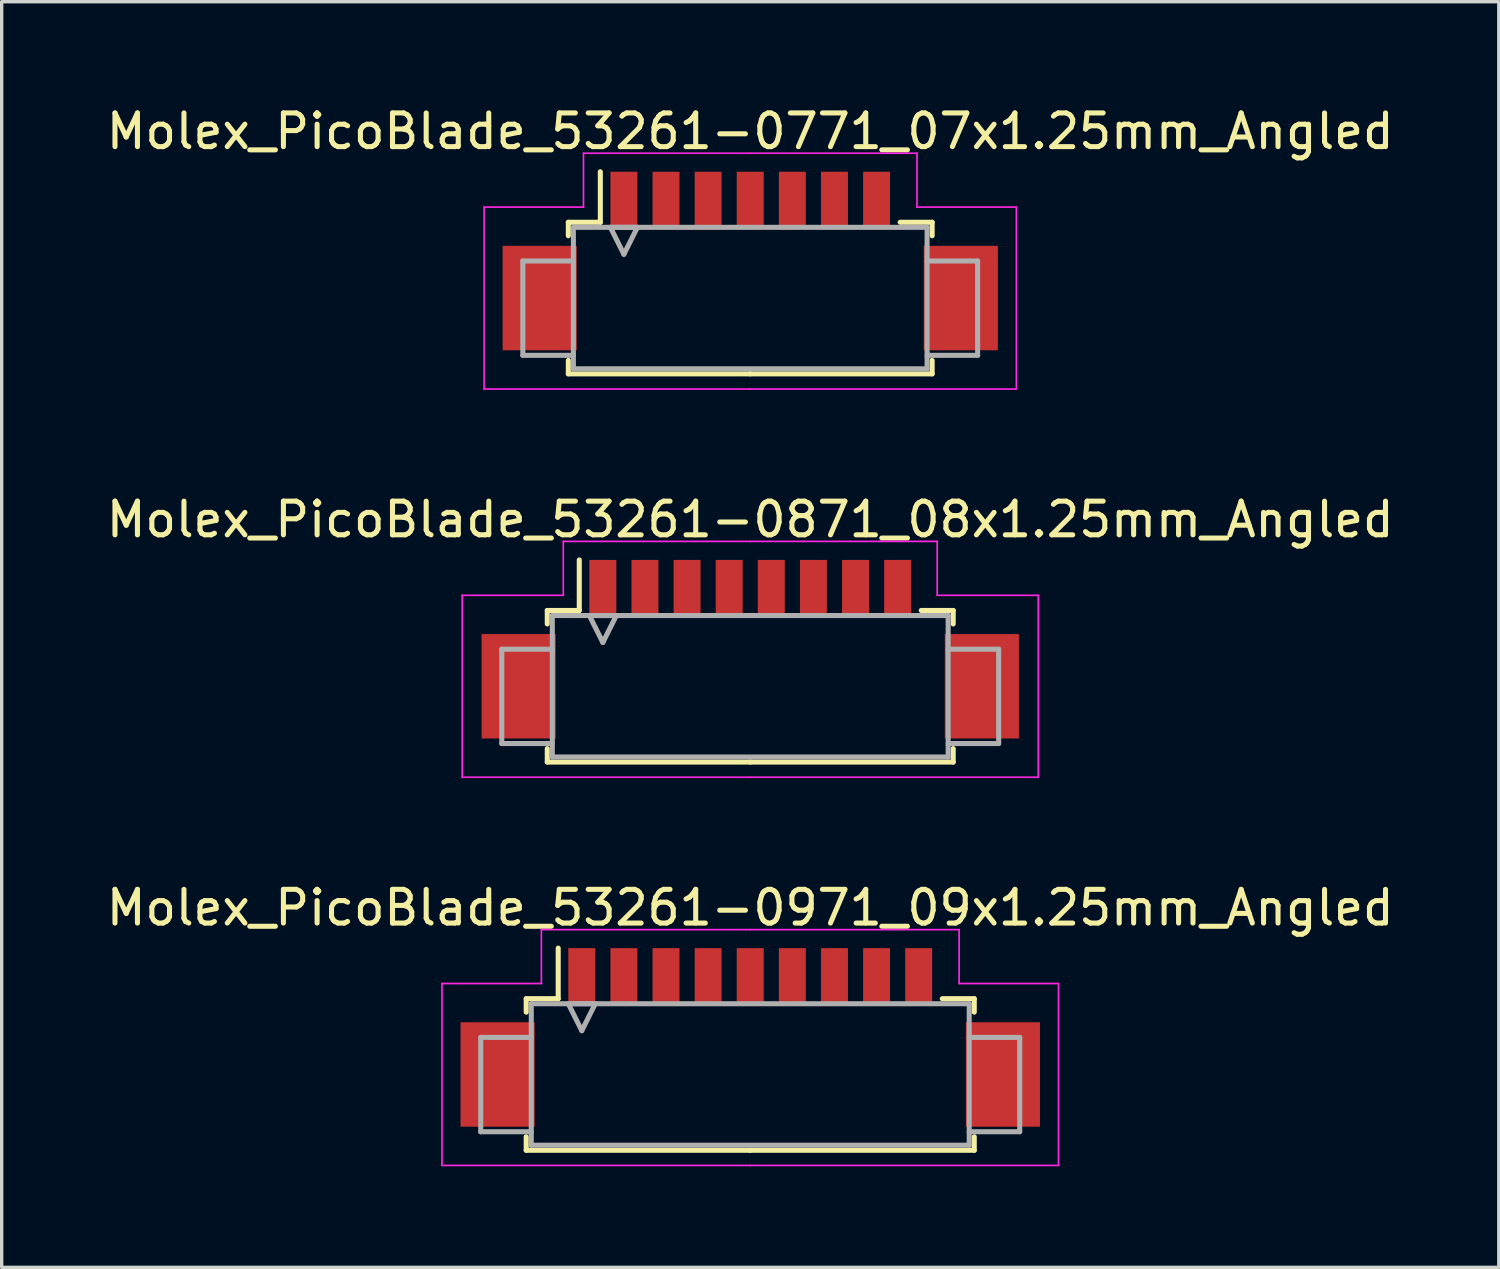
<source format=kicad_pcb>
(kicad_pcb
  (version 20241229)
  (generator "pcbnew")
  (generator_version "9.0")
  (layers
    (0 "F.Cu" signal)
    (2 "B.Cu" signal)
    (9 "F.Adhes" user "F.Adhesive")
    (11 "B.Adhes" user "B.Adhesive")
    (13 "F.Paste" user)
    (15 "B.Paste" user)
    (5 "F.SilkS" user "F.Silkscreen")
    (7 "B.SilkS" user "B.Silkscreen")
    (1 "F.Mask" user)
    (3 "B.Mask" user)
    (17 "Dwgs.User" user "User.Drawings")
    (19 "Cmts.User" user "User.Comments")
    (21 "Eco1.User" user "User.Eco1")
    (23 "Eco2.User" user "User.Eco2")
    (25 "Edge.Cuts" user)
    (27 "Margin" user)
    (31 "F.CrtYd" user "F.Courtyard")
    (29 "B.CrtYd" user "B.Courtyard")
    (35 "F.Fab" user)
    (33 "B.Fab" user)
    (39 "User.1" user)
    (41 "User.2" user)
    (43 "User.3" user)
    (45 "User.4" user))
  (footprint "Molex_PicoBlade_53261-0871_08x1.25mm_Angled"
    (layer "F.Cu")
    (at 19.22 15.871)
    (property "Reference" "Molex_PicoBlade_53261-0871_08x1.25mm_Angled" (at 0 -3.5 0) (layer "F.SilkS") (effects (font (size 1 1) (thickness 0.15))))
    (attr smd)
    (fp_line (start -6.025 -0.8) (end -6.025 -0.4) (stroke (width 0.15) (type solid)) (layer "F.SilkS"))
    (fp_line (start -6.025 3.3) (end -6.025 3.7) (stroke (width 0.15) (type solid)) (layer "F.SilkS"))
    (fp_line (start -6.025 3.7) (end 0 3.7) (stroke (width 0.15) (type solid)) (layer "F.SilkS"))
    (fp_line (start -5.075 -0.8) (end -6.025 -0.8) (stroke (width 0.15) (type solid)) (layer "F.SilkS"))
    (fp_line (start -5.075 -0.8) (end -5.075 -2.3) (stroke (width 0.15) (type solid)) (layer "F.SilkS"))
    (fp_line (start 5.075 -0.8) (end 6.025 -0.8) (stroke (width 0.15) (type solid)) (layer "F.SilkS"))
    (fp_line (start 6.025 -0.8) (end 6.025 -0.4) (stroke (width 0.15) (type solid)) (layer "F.SilkS"))
    (fp_line (start 6.025 3.3) (end 6.025 3.7) (stroke (width 0.15) (type solid)) (layer "F.SilkS"))
    (fp_line (start 6.025 3.7) (end 0 3.7) (stroke (width 0.15) (type solid)) (layer "F.SilkS"))
    (fp_line (start -8.55 -1.25) (end -8.55 4.15) (stroke (width 0.05) (type solid)) (layer "F.CrtYd"))
    (fp_line (start -8.55 4.15) (end 0 4.15) (stroke (width 0.05) (type solid)) (layer "F.CrtYd"))
    (fp_line (start -5.55 -2.85) (end -5.55 -1.25) (stroke (width 0.05) (type solid)) (layer "F.CrtYd"))
    (fp_line (start -5.55 -1.25) (end -8.55 -1.25) (stroke (width 0.05) (type solid)) (layer "F.CrtYd"))
    (fp_line (start 0 -2.85) (end -5.55 -2.85) (stroke (width 0.05) (type solid)) (layer "F.CrtYd"))
    (fp_line (start 0 -2.85) (end 5.55 -2.85) (stroke (width 0.05) (type solid)) (layer "F.CrtYd"))
    (fp_line (start 5.55 -2.85) (end 5.55 -1.25) (stroke (width 0.05) (type solid)) (layer "F.CrtYd"))
    (fp_line (start 5.55 -1.25) (end 8.55 -1.25) (stroke (width 0.05) (type solid)) (layer "F.CrtYd"))
    (fp_line (start 8.55 -1.25) (end 8.55 4.15) (stroke (width 0.05) (type solid)) (layer "F.CrtYd"))
    (fp_line (start 8.55 4.15) (end 0 4.15) (stroke (width 0.05) (type solid)) (layer "F.CrtYd"))
    (fp_line (start -7.375 0.35) (end -7.375 3.15) (stroke (width 0.15) (type solid)) (layer "F.Fab"))
    (fp_line (start -7.375 3.15) (end -5.875 3.15) (stroke (width 0.15) (type solid)) (layer "F.Fab"))
    (fp_line (start -5.875 -0.65) (end 5.875 -0.65) (stroke (width 0.15) (type solid)) (layer "F.Fab"))
    (fp_line (start -5.875 0.35) (end -7.375 0.35) (stroke (width 0.15) (type solid)) (layer "F.Fab"))
    (fp_line (start -5.875 3.55) (end -5.875 -0.65) (stroke (width 0.15) (type solid)) (layer "F.Fab"))
    (fp_line (start -4.775 -0.65) (end -4.375 0.15) (stroke (width 0.15) (type solid)) (layer "F.Fab"))
    (fp_line (start -4.375 0.15) (end -3.975 -0.65) (stroke (width 0.15) (type solid)) (layer "F.Fab"))
    (fp_line (start -3.975 -0.65) (end -4.775 -0.65) (stroke (width 0.15) (type solid)) (layer "F.Fab"))
    (fp_line (start 5.875 -0.65) (end 5.875 3.55) (stroke (width 0.15) (type solid)) (layer "F.Fab"))
    (fp_line (start 5.875 0.35) (end 7.375 0.35) (stroke (width 0.15) (type solid)) (layer "F.Fab"))
    (fp_line (start 5.875 3.55) (end -5.875 3.55) (stroke (width 0.15) (type solid)) (layer "F.Fab"))
    (fp_line (start 7.375 0.35) (end 7.375 3.15) (stroke (width 0.15) (type solid)) (layer "F.Fab"))
    (fp_line (start 7.375 3.15) (end 5.875 3.15) (stroke (width 0.15) (type solid)) (layer "F.Fab"))
    (pad "" smd rect (at -6.875 1.45) (size 2.2 3.1) (layers "F.Cu" "F.Mask" "F.Paste"))
    (pad "" smd rect (at 6.875 1.45) (size 2.2 3.1) (layers "F.Cu" "F.Mask" "F.Paste"))
    (pad "1" smd rect (at -4.375 -1.45) (size 0.8 1.7) (layers "F.Cu" "F.Mask" "F.Paste"))
    (pad "2" smd rect (at -3.125 -1.45) (size 0.8 1.7) (layers "F.Cu" "F.Mask" "F.Paste"))
    (pad "3" smd rect (at -1.875 -1.45) (size 0.8 1.7) (layers "F.Cu" "F.Mask" "F.Paste"))
    (pad "4" smd rect (at -0.625 -1.45) (size 0.8 1.7) (layers "F.Cu" "F.Mask" "F.Paste"))
    (pad "5" smd rect (at 0.625 -1.45) (size 0.8 1.7) (layers "F.Cu" "F.Mask" "F.Paste"))
    (pad "6" smd rect (at 1.875 -1.45) (size 0.8 1.7) (layers "F.Cu" "F.Mask" "F.Paste"))
    (pad "7" smd rect (at 3.125 -1.45) (size 0.8 1.7) (layers "F.Cu" "F.Mask" "F.Paste"))
    (pad "8" smd rect (at 4.375 -1.45) (size 0.8 1.7) (layers "F.Cu" "F.Mask" "F.Paste")))
  (footprint "Molex_PicoBlade_53261-0971_09x1.25mm_Angled"
    (layer "F.Cu")
    (at 19.22 27.395)
    (property "Reference" "Molex_PicoBlade_53261-0971_09x1.25mm_Angled" (at 0 -3.5 0) (layer "F.SilkS") (effects (font (size 1 1) (thickness 0.15))))
    (attr smd)
    (fp_line (start -6.65 -0.8) (end -6.65 -0.4) (stroke (width 0.15) (type solid)) (layer "F.SilkS"))
    (fp_line (start -6.65 3.3) (end -6.65 3.7) (stroke (width 0.15) (type solid)) (layer "F.SilkS"))
    (fp_line (start -6.65 3.7) (end 0 3.7) (stroke (width 0.15) (type solid)) (layer "F.SilkS"))
    (fp_line (start -5.7 -0.8) (end -6.65 -0.8) (stroke (width 0.15) (type solid)) (layer "F.SilkS"))
    (fp_line (start -5.7 -0.8) (end -5.7 -2.3) (stroke (width 0.15) (type solid)) (layer "F.SilkS"))
    (fp_line (start 5.7 -0.8) (end 6.65 -0.8) (stroke (width 0.15) (type solid)) (layer "F.SilkS"))
    (fp_line (start 6.65 -0.8) (end 6.65 -0.4) (stroke (width 0.15) (type solid)) (layer "F.SilkS"))
    (fp_line (start 6.65 3.3) (end 6.65 3.7) (stroke (width 0.15) (type solid)) (layer "F.SilkS"))
    (fp_line (start 6.65 3.7) (end 0 3.7) (stroke (width 0.15) (type solid)) (layer "F.SilkS"))
    (fp_line (start -9.15 -1.25) (end -9.15 4.15) (stroke (width 0.05) (type solid)) (layer "F.CrtYd"))
    (fp_line (start -9.15 4.15) (end 0 4.15) (stroke (width 0.05) (type solid)) (layer "F.CrtYd"))
    (fp_line (start -6.2 -2.85) (end -6.2 -1.25) (stroke (width 0.05) (type solid)) (layer "F.CrtYd"))
    (fp_line (start -6.2 -1.25) (end -9.15 -1.25) (stroke (width 0.05) (type solid)) (layer "F.CrtYd"))
    (fp_line (start 0 -2.85) (end -6.2 -2.85) (stroke (width 0.05) (type solid)) (layer "F.CrtYd"))
    (fp_line (start 0 -2.85) (end 6.2 -2.85) (stroke (width 0.05) (type solid)) (layer "F.CrtYd"))
    (fp_line (start 6.2 -2.85) (end 6.2 -1.25) (stroke (width 0.05) (type solid)) (layer "F.CrtYd"))
    (fp_line (start 6.2 -1.25) (end 9.15 -1.25) (stroke (width 0.05) (type solid)) (layer "F.CrtYd"))
    (fp_line (start 9.15 -1.25) (end 9.15 4.15) (stroke (width 0.05) (type solid)) (layer "F.CrtYd"))
    (fp_line (start 9.15 4.15) (end 0 4.15) (stroke (width 0.05) (type solid)) (layer "F.CrtYd"))
    (fp_line (start -8 0.35) (end -8 3.15) (stroke (width 0.15) (type solid)) (layer "F.Fab"))
    (fp_line (start -8 3.15) (end -6.5 3.15) (stroke (width 0.15) (type solid)) (layer "F.Fab"))
    (fp_line (start -6.5 -0.65) (end 6.5 -0.65) (stroke (width 0.15) (type solid)) (layer "F.Fab"))
    (fp_line (start -6.5 0.35) (end -8 0.35) (stroke (width 0.15) (type solid)) (layer "F.Fab"))
    (fp_line (start -6.5 3.55) (end -6.5 -0.65) (stroke (width 0.15) (type solid)) (layer "F.Fab"))
    (fp_line (start -5.4 -0.65) (end -5 0.15) (stroke (width 0.15) (type solid)) (layer "F.Fab"))
    (fp_line (start -5 0.15) (end -4.6 -0.65) (stroke (width 0.15) (type solid)) (layer "F.Fab"))
    (fp_line (start -4.6 -0.65) (end -5.4 -0.65) (stroke (width 0.15) (type solid)) (layer "F.Fab"))
    (fp_line (start 6.5 -0.65) (end 6.5 3.55) (stroke (width 0.15) (type solid)) (layer "F.Fab"))
    (fp_line (start 6.5 0.35) (end 8 0.35) (stroke (width 0.15) (type solid)) (layer "F.Fab"))
    (fp_line (start 6.5 3.55) (end -6.5 3.55) (stroke (width 0.15) (type solid)) (layer "F.Fab"))
    (fp_line (start 8 0.35) (end 8 3.15) (stroke (width 0.15) (type solid)) (layer "F.Fab"))
    (fp_line (start 8 3.15) (end 6.5 3.15) (stroke (width 0.15) (type solid)) (layer "F.Fab"))
    (pad "" smd rect (at -7.5 1.45) (size 2.2 3.1) (layers "F.Cu" "F.Mask" "F.Paste"))
    (pad "" smd rect (at 7.5 1.45) (size 2.2 3.1) (layers "F.Cu" "F.Mask" "F.Paste"))
    (pad "1" smd rect (at -5 -1.45) (size 0.8 1.7) (layers "F.Cu" "F.Mask" "F.Paste"))
    (pad "2" smd rect (at -3.75 -1.45) (size 0.8 1.7) (layers "F.Cu" "F.Mask" "F.Paste"))
    (pad "3" smd rect (at -2.5 -1.45) (size 0.8 1.7) (layers "F.Cu" "F.Mask" "F.Paste"))
    (pad "4" smd rect (at -1.25 -1.45) (size 0.8 1.7) (layers "F.Cu" "F.Mask" "F.Paste"))
    (pad "5" smd rect (at 0 -1.45) (size 0.8 1.7) (layers "F.Cu" "F.Mask" "F.Paste"))
    (pad "6" smd rect (at 1.25 -1.45) (size 0.8 1.7) (layers "F.Cu" "F.Mask" "F.Paste"))
    (pad "7" smd rect (at 2.5 -1.45) (size 0.8 1.7) (layers "F.Cu" "F.Mask" "F.Paste"))
    (pad "8" smd rect (at 3.75 -1.45) (size 0.8 1.7) (layers "F.Cu" "F.Mask" "F.Paste"))
    (pad "9" smd rect (at 5 -1.45) (size 0.8 1.7) (layers "F.Cu" "F.Mask" "F.Paste")))
  (footprint "Molex_PicoBlade_53261-0771_07x1.25mm_Angled"
    (layer "F.Cu")
    (at 19.22 4.348)
    (property "Reference" "Molex_PicoBlade_53261-0771_07x1.25mm_Angled" (at 0 -3.5 0) (layer "F.SilkS") (effects (font (size 1 1) (thickness 0.15))))
    (attr smd)
    (fp_line (start -5.4 -0.8) (end -5.4 -0.4) (stroke (width 0.15) (type solid)) (layer "F.SilkS"))
    (fp_line (start -5.4 3.3) (end -5.4 3.7) (stroke (width 0.15) (type solid)) (layer "F.SilkS"))
    (fp_line (start -5.4 3.7) (end 0 3.7) (stroke (width 0.15) (type solid)) (layer "F.SilkS"))
    (fp_line (start -4.45 -0.8) (end -5.4 -0.8) (stroke (width 0.15) (type solid)) (layer "F.SilkS"))
    (fp_line (start -4.45 -0.8) (end -4.45 -2.3) (stroke (width 0.15) (type solid)) (layer "F.SilkS"))
    (fp_line (start 4.45 -0.8) (end 5.4 -0.8) (stroke (width 0.15) (type solid)) (layer "F.SilkS"))
    (fp_line (start 5.4 -0.8) (end 5.4 -0.4) (stroke (width 0.15) (type solid)) (layer "F.SilkS"))
    (fp_line (start 5.4 3.3) (end 5.4 3.7) (stroke (width 0.15) (type solid)) (layer "F.SilkS"))
    (fp_line (start 5.4 3.7) (end 0 3.7) (stroke (width 0.15) (type solid)) (layer "F.SilkS"))
    (fp_line (start -7.9 -1.25) (end -7.9 4.15) (stroke (width 0.05) (type solid)) (layer "F.CrtYd"))
    (fp_line (start -7.9 4.15) (end 0 4.15) (stroke (width 0.05) (type solid)) (layer "F.CrtYd"))
    (fp_line (start -4.95 -2.85) (end -4.95 -1.25) (stroke (width 0.05) (type solid)) (layer "F.CrtYd"))
    (fp_line (start -4.95 -1.25) (end -7.9 -1.25) (stroke (width 0.05) (type solid)) (layer "F.CrtYd"))
    (fp_line (start 0 -2.85) (end -4.95 -2.85) (stroke (width 0.05) (type solid)) (layer "F.CrtYd"))
    (fp_line (start 0 -2.85) (end 4.95 -2.85) (stroke (width 0.05) (type solid)) (layer "F.CrtYd"))
    (fp_line (start 4.95 -2.85) (end 4.95 -1.25) (stroke (width 0.05) (type solid)) (layer "F.CrtYd"))
    (fp_line (start 4.95 -1.25) (end 7.9 -1.25) (stroke (width 0.05) (type solid)) (layer "F.CrtYd"))
    (fp_line (start 7.9 -1.25) (end 7.9 4.15) (stroke (width 0.05) (type solid)) (layer "F.CrtYd"))
    (fp_line (start 7.9 4.15) (end 0 4.15) (stroke (width 0.05) (type solid)) (layer "F.CrtYd"))
    (fp_line (start -6.75 0.35) (end -6.75 3.15) (stroke (width 0.15) (type solid)) (layer "F.Fab"))
    (fp_line (start -6.75 3.15) (end -5.25 3.15) (stroke (width 0.15) (type solid)) (layer "F.Fab"))
    (fp_line (start -5.25 -0.65) (end 5.25 -0.65) (stroke (width 0.15) (type solid)) (layer "F.Fab"))
    (fp_line (start -5.25 0.35) (end -6.75 0.35) (stroke (width 0.15) (type solid)) (layer "F.Fab"))
    (fp_line (start -5.25 3.55) (end -5.25 -0.65) (stroke (width 0.15) (type solid)) (layer "F.Fab"))
    (fp_line (start -4.15 -0.65) (end -3.75 0.15) (stroke (width 0.15) (type solid)) (layer "F.Fab"))
    (fp_line (start -3.75 0.15) (end -3.35 -0.65) (stroke (width 0.15) (type solid)) (layer "F.Fab"))
    (fp_line (start -3.35 -0.65) (end -4.15 -0.65) (stroke (width 0.15) (type solid)) (layer "F.Fab"))
    (fp_line (start 5.25 -0.65) (end 5.25 3.55) (stroke (width 0.15) (type solid)) (layer "F.Fab"))
    (fp_line (start 5.25 0.35) (end 6.75 0.35) (stroke (width 0.15) (type solid)) (layer "F.Fab"))
    (fp_line (start 5.25 3.55) (end -5.25 3.55) (stroke (width 0.15) (type solid)) (layer "F.Fab"))
    (fp_line (start 6.75 0.35) (end 6.75 3.15) (stroke (width 0.15) (type solid)) (layer "F.Fab"))
    (fp_line (start 6.75 3.15) (end 5.25 3.15) (stroke (width 0.15) (type solid)) (layer "F.Fab"))
    (pad "" smd rect (at -6.25 1.45) (size 2.2 3.1) (layers "F.Cu" "F.Mask" "F.Paste"))
    (pad "" smd rect (at 6.25 1.45) (size 2.2 3.1) (layers "F.Cu" "F.Mask" "F.Paste"))
    (pad "1" smd rect (at -3.75 -1.45) (size 0.8 1.7) (layers "F.Cu" "F.Mask" "F.Paste"))
    (pad "2" smd rect (at -2.5 -1.45) (size 0.8 1.7) (layers "F.Cu" "F.Mask" "F.Paste"))
    (pad "3" smd rect (at -1.25 -1.45) (size 0.8 1.7) (layers "F.Cu" "F.Mask" "F.Paste"))
    (pad "4" smd rect (at 0 -1.45) (size 0.8 1.7) (layers "F.Cu" "F.Mask" "F.Paste"))
    (pad "5" smd rect (at 1.25 -1.45) (size 0.8 1.7) (layers "F.Cu" "F.Mask" "F.Paste"))
    (pad "6" smd rect (at 2.5 -1.45) (size 0.8 1.7) (layers "F.Cu" "F.Mask" "F.Paste"))
    (pad "7" smd rect (at 3.75 -1.45) (size 0.8 1.7) (layers "F.Cu" "F.Mask" "F.Paste")))
  (gr_rect
    (start -3 -3)
    (end 41.44 34.57)
    (stroke (width 0.1) (type default))
    (fill no)
    (layer "Edge.Cuts")))
</source>
